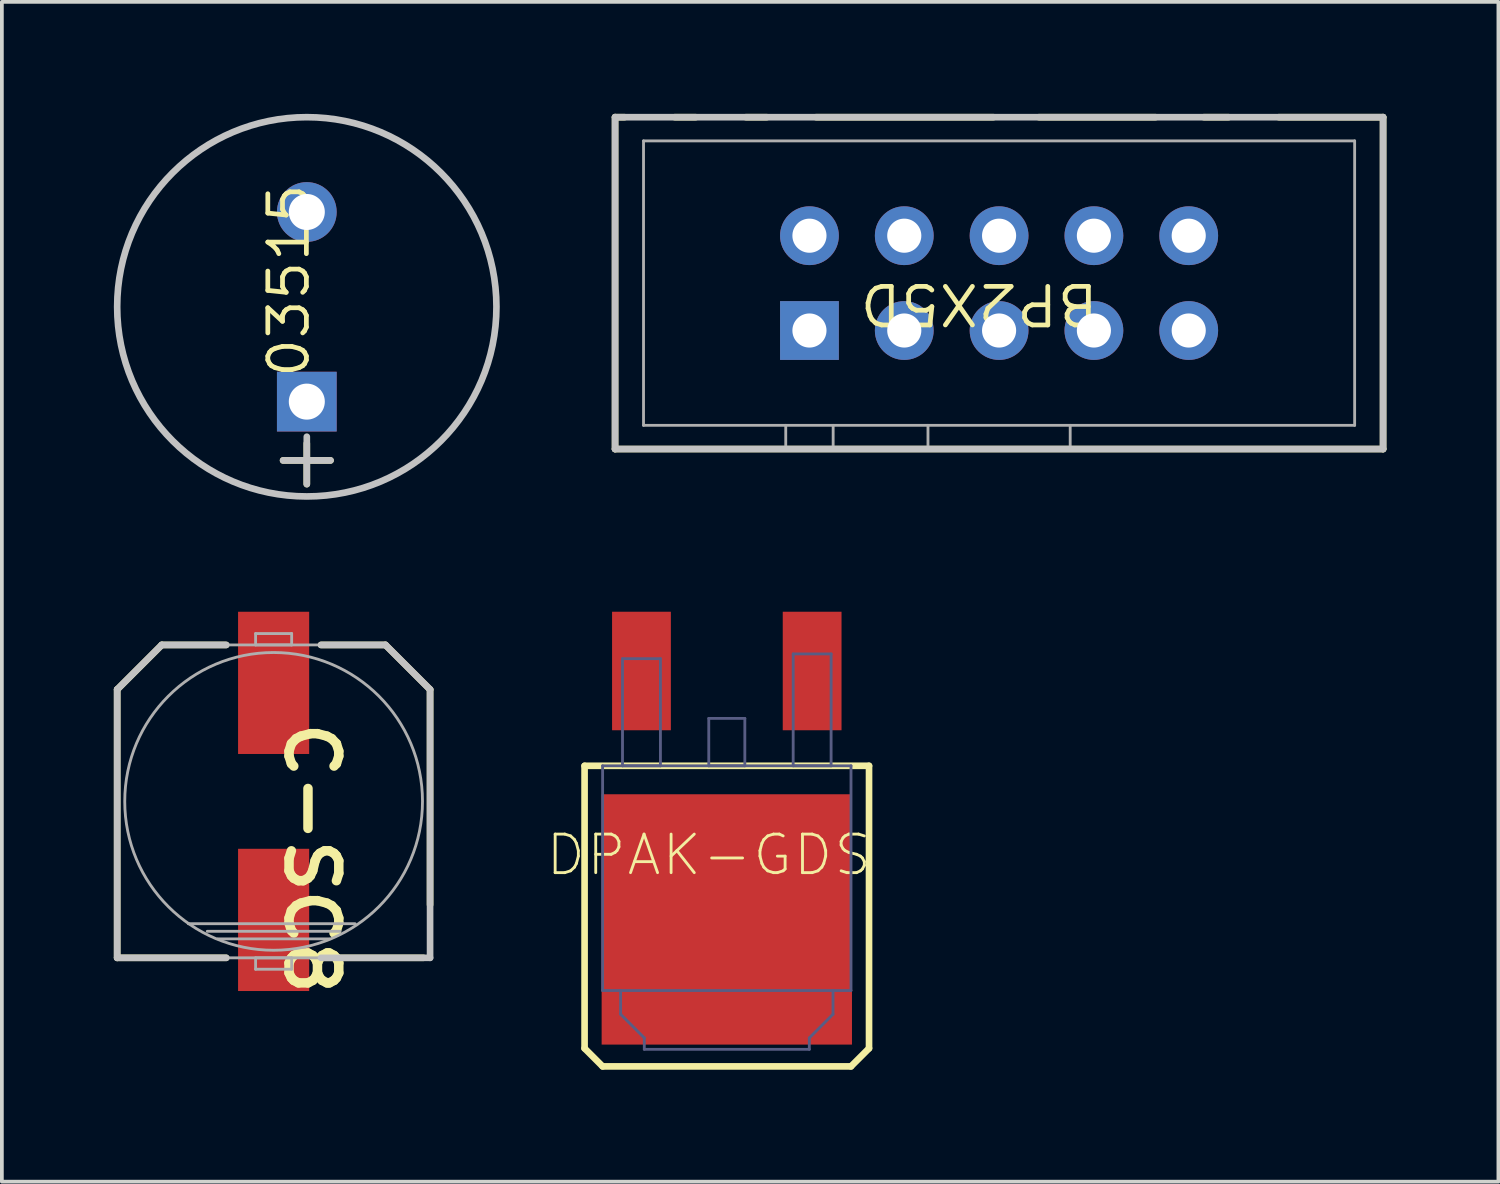
<source format=kicad_pcb>
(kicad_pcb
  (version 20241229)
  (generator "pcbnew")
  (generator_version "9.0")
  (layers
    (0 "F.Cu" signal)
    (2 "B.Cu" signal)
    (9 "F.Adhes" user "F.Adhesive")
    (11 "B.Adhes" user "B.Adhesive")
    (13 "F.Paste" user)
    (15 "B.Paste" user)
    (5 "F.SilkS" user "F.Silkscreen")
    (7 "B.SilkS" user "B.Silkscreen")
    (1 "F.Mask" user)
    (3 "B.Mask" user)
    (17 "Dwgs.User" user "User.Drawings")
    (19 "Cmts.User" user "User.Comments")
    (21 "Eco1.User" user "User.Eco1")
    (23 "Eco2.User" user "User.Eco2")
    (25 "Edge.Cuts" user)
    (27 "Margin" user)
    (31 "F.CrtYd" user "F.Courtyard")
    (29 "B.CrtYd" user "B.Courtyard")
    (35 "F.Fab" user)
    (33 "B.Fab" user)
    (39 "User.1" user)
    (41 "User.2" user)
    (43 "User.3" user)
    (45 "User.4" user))
  (footprint "DPAK-GDS"
    (layer "F.Cu")
    (at 16.42 19.802)
    (property "Reference" "DPAK-GDS" (at -0.483 0.051 0) (unlocked yes) (layer "F.SilkS") (effects (font (size 1.033 1.087) (thickness 0.076))))
    (attr smd)
    (fp_line (start -3.81 -2.337) (end -3.81 5.232) (stroke (width 0.178) (type solid)) (layer "F.SilkS"))
    (fp_line (start -3.327 5.715) (end -3.81 5.232) (stroke (width 0.178) (type solid)) (layer "F.SilkS"))
    (fp_line (start 3.327 5.715) (end -3.327 5.715) (stroke (width 0.178) (type solid)) (layer "F.SilkS"))
    (fp_line (start 3.81 -2.337) (end -3.81 -2.337) (stroke (width 0.178) (type solid)) (layer "F.SilkS"))
    (fp_line (start 3.81 -2.337) (end 3.81 5.232) (stroke (width 0.178) (type solid)) (layer "F.SilkS"))
    (fp_line (start 3.81 5.232) (end 3.327 5.715) (stroke (width 0.178) (type solid)) (layer "F.SilkS"))
    (fp_line (start -3.327 -2.337) (end -3.327 3.683) (stroke (width 0.076) (type solid)) (layer "B.Fab"))
    (fp_line (start -2.845 3.683) (end -2.845 4.318) (stroke (width 0.076) (type solid)) (layer "B.Fab"))
    (fp_line (start -2.794 -5.207) (end -2.794 -2.337) (stroke (width 0.076) (type solid)) (layer "B.Fab"))
    (fp_line (start -2.21 4.953) (end -2.845 4.318) (stroke (width 0.076) (type solid)) (layer "B.Fab"))
    (fp_line (start -2.21 4.953) (end -2.21 5.258) (stroke (width 0.076) (type solid)) (layer "B.Fab"))
    (fp_line (start -1.778 -5.207) (end -2.794 -5.207) (stroke (width 0.076) (type solid)) (layer "B.Fab"))
    (fp_line (start -1.778 -5.207) (end -1.778 -2.337) (stroke (width 0.076) (type solid)) (layer "B.Fab"))
    (fp_line (start -1.778 -2.337) (end -2.794 -2.337) (stroke (width 0.076) (type solid)) (layer "B.Fab"))
    (fp_line (start -0.483 -3.607) (end -0.483 -2.337) (stroke (width 0.076) (type solid)) (layer "B.Fab"))
    (fp_line (start 0.483 -3.607) (end -0.483 -3.607) (stroke (width 0.076) (type solid)) (layer "B.Fab"))
    (fp_line (start 0.483 -3.607) (end 0.483 -2.337) (stroke (width 0.076) (type solid)) (layer "B.Fab"))
    (fp_line (start 0.483 -2.337) (end -0.483 -2.337) (stroke (width 0.076) (type solid)) (layer "B.Fab"))
    (fp_line (start 1.778 -5.334) (end 1.778 -2.337) (stroke (width 0.076) (type solid)) (layer "B.Fab"))
    (fp_line (start 2.21 4.953) (end 2.21 5.258) (stroke (width 0.076) (type solid)) (layer "B.Fab"))
    (fp_line (start 2.21 5.258) (end -2.21 5.258) (stroke (width 0.076) (type solid)) (layer "B.Fab"))
    (fp_line (start 2.794 -5.334) (end 1.778 -5.334) (stroke (width 0.076) (type solid)) (layer "B.Fab"))
    (fp_line (start 2.794 -5.334) (end 2.794 -2.337) (stroke (width 0.076) (type solid)) (layer "B.Fab"))
    (fp_line (start 2.794 -2.337) (end 1.778 -2.337) (stroke (width 0.076) (type solid)) (layer "B.Fab"))
    (fp_line (start 2.845 3.683) (end 2.845 4.318) (stroke (width 0.076) (type solid)) (layer "B.Fab"))
    (fp_line (start 2.845 4.318) (end 2.21 4.953) (stroke (width 0.076) (type solid)) (layer "B.Fab"))
    (fp_line (start 3.327 -2.337) (end -3.327 -2.337) (stroke (width 0.076) (type solid)) (layer "B.Fab"))
    (fp_line (start 3.327 -2.337) (end 3.327 3.683) (stroke (width 0.076) (type solid)) (layer "B.Fab"))
    (fp_line (start 3.327 3.683) (end -3.327 3.683) (stroke (width 0.076) (type solid)) (layer "B.Fab"))
    (pad "D" smd rect (at 0 1.778 180) (size 6.706 6.706) (layers "F.Cu" "F.Mask" "F.Paste"))
    (pad "G" smd rect (at 2.286 -4.877 180) (size 1.575 3.175) (layers "F.Cu" "F.Mask" "F.Paste"))
    (pad "S" smd rect (at -2.286 -4.877 180) (size 1.575 3.175) (layers "F.Cu" "F.Mask" "F.Paste")))
  (footprint "03515"
    (layer "F.Cu")
    (at 5.169 5.169)
    (property "Reference" "03515" (at -0.483 -0.699 90) (unlocked yes) (layer "F.SilkS") (effects (font (size 1.033 1.087) (thickness 0.127))))
    (attr smd)
    (fp_line (start -0.635 4.115) (end 0.635 4.115) (stroke (width 0.178) (type solid)) (layer "F.SilkS"))
    (fp_line (start 0 4.75) (end 0 3.658) (stroke (width 0.178) (type solid)) (layer "F.SilkS"))
    (fp_line (start -0.635 4.115) (end 0.635 4.115) (stroke (width 0.178) (type solid)) (layer "Dwgs.User"))
    (fp_line (start 0 4.75) (end 0 3.48) (stroke (width 0.178) (type solid)) (layer "Dwgs.User"))
    (fp_circle (center 0 0) (end 5.08 0) (stroke (width 0.178) (type solid)) (fill no) (layer "Dwgs.User"))
    (fp_circle (center 0 0) (end 5.08 0) (stroke (width 0.076) (type solid)) (fill no) (layer "F.Fab"))
    (pad "+" thru_hole rect (at 0 2.54) (size 1.6 1.6) (drill 0.965) (layers "*.Cu" "*.Mask"))
    (pad "-" thru_hole circle (at 0 -2.54) (size 1.6 1.6) (drill 0.965) (layers "*.Cu" "*.Mask")))
  (footprint "BP2X5D"
    (layer "F.Cu")
    (at 18.634 5.804)
    (property "Reference" "BP2X5D" (at 4.547 -0.711 180) (unlocked yes) (layer "F.SilkS") (effects (font (size 1.033 1.087) (thickness 0.127))))
    (attr smd)
    (fp_line (start -5.207 -5.715) (end -4.953 -5.715) (stroke (width 0.178) (type solid)) (layer "F.SilkS"))
    (fp_line (start -5.207 3.175) (end -5.207 -5.715) (stroke (width 0.178) (type solid)) (layer "F.SilkS"))
    (fp_line (start -5.207 3.175) (end 15.367 3.175) (stroke (width 0.178) (type solid)) (layer "F.SilkS"))
    (fp_line (start -3.607 -5.715) (end -3.048 -5.715) (stroke (width 0.178) (type solid)) (layer "F.SilkS"))
    (fp_line (start -1.702 -5.715) (end -1.143 -5.715) (stroke (width 0.178) (type solid)) (layer "F.SilkS"))
    (fp_line (start 0.178 -5.715) (end 4.928 -5.715) (stroke (width 0.178) (type solid)) (layer "F.SilkS"))
    (fp_line (start 6.147 -5.715) (end 9.271 -5.715) (stroke (width 0.178) (type solid)) (layer "F.SilkS"))
    (fp_line (start 10.566 -5.715) (end 11.227 -5.715) (stroke (width 0.178) (type solid)) (layer "F.SilkS"))
    (fp_line (start 12.573 -5.715) (end 15.367 -5.715) (stroke (width 0.178) (type solid)) (layer "F.SilkS"))
    (fp_line (start 15.367 3.175) (end 15.367 -5.715) (stroke (width 0.178) (type solid)) (layer "F.SilkS"))
    (fp_line (start -5.207 -5.715) (end 15.367 -5.715) (stroke (width 0.178) (type solid)) (layer "Dwgs.User"))
    (fp_line (start -5.207 3.175) (end -5.207 -5.715) (stroke (width 0.178) (type solid)) (layer "Dwgs.User"))
    (fp_line (start -5.207 3.175) (end 15.367 3.175) (stroke (width 0.178) (type solid)) (layer "Dwgs.User"))
    (fp_line (start 15.367 3.175) (end 15.367 -5.715) (stroke (width 0.178) (type solid)) (layer "Dwgs.User"))
    (fp_line (start -5.207 -5.715) (end 15.367 -5.715) (stroke (width 0.076) (type solid)) (layer "F.Fab"))
    (fp_line (start -5.207 3.175) (end -5.207 -5.715) (stroke (width 0.076) (type solid)) (layer "F.Fab"))
    (fp_line (start -5.207 3.175) (end 15.367 3.175) (stroke (width 0.076) (type solid)) (layer "F.Fab"))
    (fp_line (start -4.445 -5.08) (end 14.605 -5.08) (stroke (width 0.076) (type solid)) (layer "F.Fab"))
    (fp_line (start -4.445 2.54) (end -4.445 -5.08) (stroke (width 0.076) (type solid)) (layer "F.Fab"))
    (fp_line (start -4.445 2.54) (end 14.605 2.54) (stroke (width 0.076) (type solid)) (layer "F.Fab"))
    (fp_line (start -0.635 3.175) (end -0.635 2.54) (stroke (width 0.076) (type solid)) (layer "F.Fab"))
    (fp_line (start 0.635 3.175) (end 0.635 2.54) (stroke (width 0.076) (type solid)) (layer "F.Fab"))
    (fp_line (start 3.175 3.175) (end 3.175 2.54) (stroke (width 0.076) (type solid)) (layer "F.Fab"))
    (fp_line (start 6.985 3.175) (end 6.985 2.54) (stroke (width 0.076) (type solid)) (layer "F.Fab"))
    (fp_line (start 14.605 2.54) (end 14.605 -5.08) (stroke (width 0.076) (type solid)) (layer "F.Fab"))
    (fp_line (start 15.367 3.175) (end 15.367 -5.715) (stroke (width 0.076) (type solid)) (layer "F.Fab"))
    (pad "1" thru_hole rect (at 0 0) (size 1.575 1.575) (drill 0.914) (layers "*.Cu" "*.Mask"))
    (pad "2" thru_hole circle (at 0 -2.54) (size 1.575 1.575) (drill 0.914) (layers "*.Cu" "*.Mask"))
    (pad "3" thru_hole circle (at 2.54 0) (size 1.575 1.575) (drill 0.914) (layers "*.Cu" "*.Mask"))
    (pad "4" thru_hole circle (at 2.54 -2.54) (size 1.575 1.575) (drill 0.914) (layers "*.Cu" "*.Mask"))
    (pad "5" thru_hole circle (at 5.08 0) (size 1.575 1.575) (drill 0.914) (layers "*.Cu" "*.Mask"))
    (pad "6" thru_hole circle (at 5.08 -2.54) (size 1.575 1.575) (drill 0.914) (layers "*.Cu" "*.Mask"))
    (pad "7" thru_hole circle (at 7.62 0) (size 1.575 1.575) (drill 0.914) (layers "*.Cu" "*.Mask"))
    (pad "8" thru_hole circle (at 7.62 -2.54) (size 1.575 1.575) (drill 0.914) (layers "*.Cu" "*.Mask"))
    (pad "9" thru_hole circle (at 10.16 0) (size 1.575 1.575) (drill 0.914) (layers "*.Cu" "*.Mask"))
    (pad "10" thru_hole circle (at 10.16 -2.54) (size 1.575 1.575) (drill 0.914) (layers "*.Cu" "*.Mask")))
  (footprint "C-SC8"
    (layer "F.Cu")
    (at 4.28 18.418)
    (property "Reference" "C-SC8" (at 1.016 1.524 270) (unlocked yes) (layer "F.SilkS") (effects (font (size 1.333 1.402) (thickness 0.254))))
    (attr smd)
    (fp_line (start -4.191 -2.997) (end -2.997 -4.191) (stroke (width 0.178) (type solid)) (layer "F.SilkS"))
    (fp_line (start -4.191 4.191) (end -4.191 -2.997) (stroke (width 0.178) (type solid)) (layer "F.SilkS"))
    (fp_line (start -4.191 4.191) (end -1.27 4.191) (stroke (width 0.178) (type solid)) (layer "F.SilkS"))
    (fp_line (start -2.997 -4.191) (end -1.27 -4.191) (stroke (width 0.178) (type solid)) (layer "F.SilkS"))
    (fp_line (start 1.27 -4.191) (end 2.997 -4.191) (stroke (width 0.178) (type solid)) (layer "F.SilkS"))
    (fp_line (start 1.27 4.191) (end 4.013 4.191) (stroke (width 0.178) (type solid)) (layer "F.SilkS"))
    (fp_line (start 2.997 -4.191) (end 4.191 -2.997) (stroke (width 0.178) (type solid)) (layer "F.SilkS"))
    (fp_line (start 4.191 2.769) (end 4.191 -2.997) (stroke (width 0.178) (type solid)) (layer "F.SilkS"))
    (fp_line (start -4.191 -2.997) (end -2.997 -4.191) (stroke (width 0.178) (type solid)) (layer "Dwgs.User"))
    (fp_line (start -4.191 4.191) (end -4.191 -2.997) (stroke (width 0.178) (type solid)) (layer "Dwgs.User"))
    (fp_line (start -4.191 4.191) (end -1.27 4.191) (stroke (width 0.178) (type solid)) (layer "Dwgs.User"))
    (fp_line (start -2.997 -4.191) (end -1.27 -4.191) (stroke (width 0.178) (type solid)) (layer "Dwgs.User"))
    (fp_line (start 1.27 -4.191) (end 2.997 -4.191) (stroke (width 0.178) (type solid)) (layer "Dwgs.User"))
    (fp_line (start 1.27 4.191) (end 4.191 4.191) (stroke (width 0.178) (type solid)) (layer "Dwgs.User"))
    (fp_line (start 2.997 -4.191) (end 4.191 -2.997) (stroke (width 0.178) (type solid)) (layer "Dwgs.User"))
    (fp_line (start 4.191 4.191) (end 4.191 -2.997) (stroke (width 0.178) (type solid)) (layer "Dwgs.User"))
    (fp_line (start -4.191 -2.997) (end -2.997 -4.191) (stroke (width 0.076) (type solid)) (layer "F.Fab"))
    (fp_line (start -4.191 4.191) (end -4.191 -2.997) (stroke (width 0.076) (type solid)) (layer "F.Fab"))
    (fp_line (start -4.191 4.191) (end 4.191 4.191) (stroke (width 0.076) (type solid)) (layer "F.Fab"))
    (fp_line (start -2.997 -4.191) (end 2.997 -4.191) (stroke (width 0.076) (type solid)) (layer "F.Fab"))
    (fp_line (start -2.286 3.277) (end 2.184 3.277) (stroke (width 0.076) (type solid)) (layer "F.Fab"))
    (fp_line (start -1.778 3.48) (end 1.778 3.48) (stroke (width 0.076) (type solid)) (layer "F.Fab"))
    (fp_line (start -1.499 3.683) (end 1.499 3.683) (stroke (width 0.076) (type solid)) (layer "F.Fab"))
    (fp_line (start -0.483 -4.496) (end 0.483 -4.496) (stroke (width 0.076) (type solid)) (layer "F.Fab"))
    (fp_line (start -0.483 -4.191) (end -0.483 -4.496) (stroke (width 0.076) (type solid)) (layer "F.Fab"))
    (fp_line (start -0.483 -4.191) (end 0.483 -4.191) (stroke (width 0.076) (type solid)) (layer "F.Fab"))
    (fp_line (start -0.483 4.191) (end 0.483 4.191) (stroke (width 0.076) (type solid)) (layer "F.Fab"))
    (fp_line (start -0.483 4.496) (end -0.483 4.191) (stroke (width 0.076) (type solid)) (layer "F.Fab"))
    (fp_line (start -0.483 4.496) (end 0.483 4.496) (stroke (width 0.076) (type solid)) (layer "F.Fab"))
    (fp_line (start 0.483 -4.191) (end 0.483 -4.496) (stroke (width 0.076) (type solid)) (layer "F.Fab"))
    (fp_line (start 0.483 4.496) (end 0.483 4.191) (stroke (width 0.076) (type solid)) (layer "F.Fab"))
    (fp_line (start 2.997 -4.191) (end 4.191 -2.997) (stroke (width 0.076) (type solid)) (layer "F.Fab"))
    (fp_line (start 4.191 4.191) (end 4.191 -2.997) (stroke (width 0.076) (type solid)) (layer "F.Fab"))
    (fp_circle (center 0 0) (end 3.988 0) (stroke (width 0.076) (type solid)) (fill no) (layer "F.Fab"))
    (pad "+" smd rect (at 0 -3.175) (size 1.905 3.81) (layers "F.Cu" "F.Mask" "F.Paste"))
    (pad "-" smd rect (at 0 3.175) (size 1.905 3.81) (layers "F.Cu" "F.Mask" "F.Paste")))
  (gr_rect
    (start -3 -3)
    (end 37.09 28.606)
    (stroke (width 0.1) (type default))
    (fill no)
    (layer "Edge.Cuts")))
</source>
